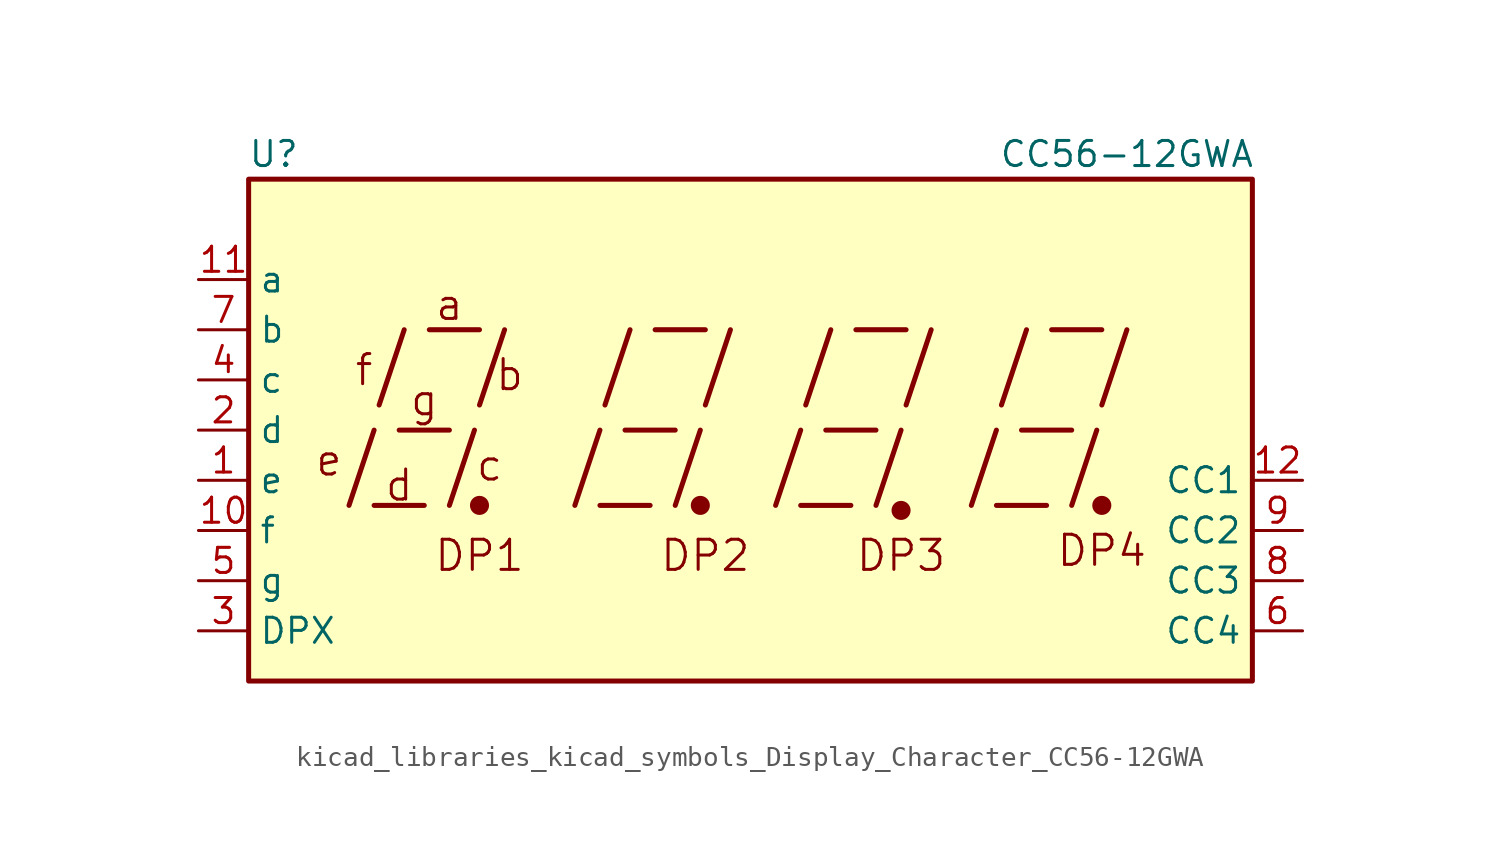
<source format=kicad_sym>
(kicad_symbol_lib
  (version 20220914)
  (generator kicad_symbol_editor)
  (symbol "kicad_libraries_kicad_symbols_Display_Character_CC56-12GWA"
    (property "Reference" "U"
      (at -24.13 13.97 0)
      (effects (font (size 1.27 1.27))))
    (property "Value" "CC56-12GWA"
      (at 19.05 13.97 0)
      (effects (font (size 1.27 1.27))))
    (symbol "kicad_libraries_kicad_symbols_Display_Character_CC56-12GWA_0_0"
      (rectangle (start -25.4 12.7) (end 25.4 -12.7) (stroke (width 0.254) (type default)) (fill (type background)))
      (polyline (pts (xy -20.32 -3.81) (xy -19.05 0)) (stroke (width 0.254) (type default)) (fill (type none)))
      (polyline (pts (xy -19.05 -3.81) (xy -16.51 -3.81)) (stroke (width 0.254) (type default)) (fill (type none)))
      (polyline (pts (xy -18.796 1.27) (xy -17.526 5.08)) (stroke (width 0.254) (type default)) (fill (type none)))
      (polyline (pts (xy -17.78 0) (xy -15.24 0)) (stroke (width 0.254) (type default)) (fill (type none)))
      (polyline (pts (xy -16.256 5.08) (xy -13.716 5.08)) (stroke (width 0.254) (type default)) (fill (type none)))
      (polyline (pts (xy -15.24 -3.81) (xy -13.97 0)) (stroke (width 0.254) (type default)) (fill (type none)))
      (polyline (pts (xy -13.716 1.27) (xy -12.446 5.08)) (stroke (width 0.254) (type default)) (fill (type none)))
      (polyline (pts (xy -8.89 -3.81) (xy -7.62 0)) (stroke (width 0.254) (type default)) (fill (type none)))
      (polyline (pts (xy -7.62 -3.81) (xy -5.08 -3.81)) (stroke (width 0.254) (type default)) (fill (type none)))
      (polyline (pts (xy -7.366 1.27) (xy -6.096 5.08)) (stroke (width 0.254) (type default)) (fill (type none)))
      (polyline (pts (xy -6.35 0) (xy -3.81 0)) (stroke (width 0.254) (type default)) (fill (type none)))
      (polyline (pts (xy -4.826 5.08) (xy -2.286 5.08)) (stroke (width 0.254) (type default)) (fill (type none)))
      (polyline (pts (xy -3.81 -3.81) (xy -2.54 0)) (stroke (width 0.254) (type default)) (fill (type none)))
      (polyline (pts (xy -2.286 1.27) (xy -1.016 5.08)) (stroke (width 0.254) (type default)) (fill (type none)))
      (polyline (pts (xy 1.27 -3.81) (xy 2.54 0)) (stroke (width 0.254) (type default)) (fill (type none)))
      (polyline (pts (xy 2.54 -3.81) (xy 5.08 -3.81)) (stroke (width 0.254) (type default)) (fill (type none)))
      (polyline (pts (xy 2.794 1.27) (xy 4.064 5.08)) (stroke (width 0.254) (type default)) (fill (type none)))
      (polyline (pts (xy 3.81 0) (xy 6.35 0)) (stroke (width 0.254) (type default)) (fill (type none)))
      (polyline (pts (xy 5.334 5.08) (xy 7.874 5.08)) (stroke (width 0.254) (type default)) (fill (type none)))
      (polyline (pts (xy 6.35 -3.81) (xy 7.62 0)) (stroke (width 0.254) (type default)) (fill (type none)))
      (polyline (pts (xy 7.874 1.27) (xy 9.144 5.08)) (stroke (width 0.254) (type default)) (fill (type none)))
      (polyline (pts (xy 11.176 -3.81) (xy 12.446 0)) (stroke (width 0.254) (type default)) (fill (type none)))
      (polyline (pts (xy 12.446 -3.81) (xy 14.986 -3.81)) (stroke (width 0.254) (type default)) (fill (type none)))
      (polyline (pts (xy 12.7 1.27) (xy 13.97 5.08)) (stroke (width 0.254) (type default)) (fill (type none)))
      (polyline (pts (xy 13.716 0) (xy 16.256 0)) (stroke (width 0.254) (type default)) (fill (type none)))
      (polyline (pts (xy 15.24 5.08) (xy 17.78 5.08)) (stroke (width 0.254) (type default)) (fill (type none)))
      (polyline (pts (xy 16.256 -3.81) (xy 17.526 0)) (stroke (width 0.254) (type default)) (fill (type none)))
      (polyline (pts (xy 17.78 1.27) (xy 19.05 5.08)) (stroke (width 0.254) (type default)) (fill (type none)))
      (text "a" (at -15.24 6.35 0) (effects (font (size 1.524 1.524))))
      (text "b" (at -12.192 2.794 0) (effects (font (size 1.524 1.524))))
      (text "c" (at -13.208 -1.778 0) (effects (font (size 1.524 1.524))))
      (text "d" (at -17.78 -2.794 0) (effects (font (size 1.524 1.524))))
      (text "DP1" (at -13.716 -6.35 0) (effects (font (size 1.524 1.524))))
      (text "DP2" (at -2.286 -6.35 0) (effects (font (size 1.524 1.524))))
      (text "DP3" (at 7.62 -6.35 0) (effects (font (size 1.524 1.524))))
      (text "DP4" (at 17.78 -6.096 0) (effects (font (size 1.524 1.524))))
      (text "e" (at -21.336 -1.524 0) (effects (font (size 1.524 1.524))))
      (text "f" (at -19.558 3.048 0) (effects (font (size 1.524 1.524))))
      (text "g" (at -16.51 1.524 0) (effects (font (size 1.524 1.524)))))
    (symbol "kicad_libraries_kicad_symbols_Display_Character_CC56-12GWA_0_1"
      (circle (center -13.716 -3.81) (radius 0.356) (stroke (width 0.254) (type default)) (fill (type outline)))
      (circle (center -2.54 -3.81) (radius 0.356) (stroke (width 0.254) (type default)) (fill (type outline))))
    (symbol "kicad_libraries_kicad_symbols_Display_Character_CC56-12GWA_1_0"
      (circle (center 7.62 -4.064) (radius 0.356) (stroke (width 0.254) (type default)) (fill (type outline)))
      (circle (center 17.78 -3.81) (radius 0.356) (stroke (width 0.254) (type default)) (fill (type outline))))
    (symbol "kicad_libraries_kicad_symbols_Display_Character_CC56-12GWA_1_1"
      (pin input line (at -27.94 -2.54 0) (length 2.54) (name "e" (effects (font (size 1.27 1.27)))) (number "1" (effects (font (size 1.27 1.27)))))
      (pin input line (at -27.94 -5.08 0) (length 2.54) (name "f" (effects (font (size 1.27 1.27)))) (number "10" (effects (font (size 1.27 1.27)))))
      (pin input line (at -27.94 7.62 0) (length 2.54) (name "a" (effects (font (size 1.27 1.27)))) (number "11" (effects (font (size 1.27 1.27)))))
      (pin input line (at 27.94 -2.54 180) (length 2.54) (name "CC1" (effects (font (size 1.27 1.27)))) (number "12" (effects (font (size 1.27 1.27)))))
      (pin input line (at -27.94 0 0) (length 2.54) (name "d" (effects (font (size 1.27 1.27)))) (number "2" (effects (font (size 1.27 1.27)))))
      (pin input line (at -27.94 -10.16 0) (length 2.54) (name "DPX" (effects (font (size 1.27 1.27)))) (number "3" (effects (font (size 1.27 1.27)))))
      (pin input line (at -27.94 2.54 0) (length 2.54) (name "c" (effects (font (size 1.27 1.27)))) (number "4" (effects (font (size 1.27 1.27)))))
      (pin input line (at -27.94 -7.62 0) (length 2.54) (name "g" (effects (font (size 1.27 1.27)))) (number "5" (effects (font (size 1.27 1.27)))))
      (pin input line (at 27.94 -10.16 180) (length 2.54) (name "CC4" (effects (font (size 1.27 1.27)))) (number "6" (effects (font (size 1.27 1.27)))))
      (pin input line (at -27.94 5.08 0) (length 2.54) (name "b" (effects (font (size 1.27 1.27)))) (number "7" (effects (font (size 1.27 1.27)))))
      (pin input line (at 27.94 -7.62 180) (length 2.54) (name "CC3" (effects (font (size 1.27 1.27)))) (number "8" (effects (font (size 1.27 1.27)))))
      (pin input line (at 27.94 -5.08 180) (length 2.54) (name "CC2" (effects (font (size 1.27 1.27)))) (number "9" (effects (font (size 1.27 1.27))))))))
</source>
